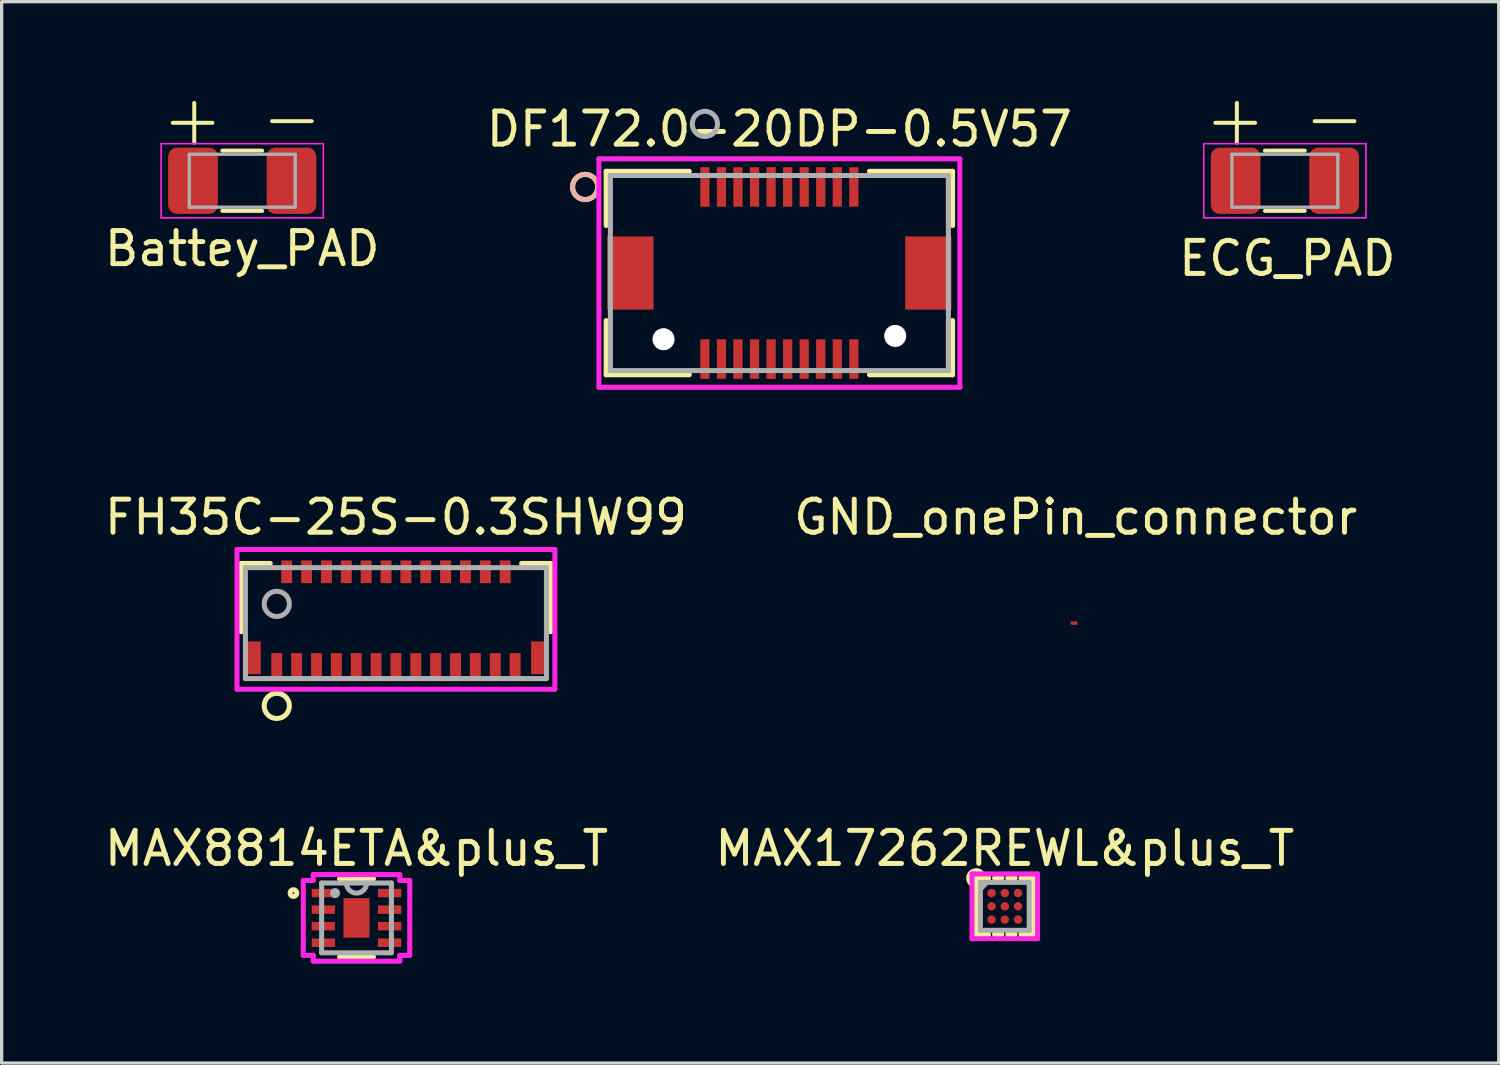
<source format=kicad_pcb>
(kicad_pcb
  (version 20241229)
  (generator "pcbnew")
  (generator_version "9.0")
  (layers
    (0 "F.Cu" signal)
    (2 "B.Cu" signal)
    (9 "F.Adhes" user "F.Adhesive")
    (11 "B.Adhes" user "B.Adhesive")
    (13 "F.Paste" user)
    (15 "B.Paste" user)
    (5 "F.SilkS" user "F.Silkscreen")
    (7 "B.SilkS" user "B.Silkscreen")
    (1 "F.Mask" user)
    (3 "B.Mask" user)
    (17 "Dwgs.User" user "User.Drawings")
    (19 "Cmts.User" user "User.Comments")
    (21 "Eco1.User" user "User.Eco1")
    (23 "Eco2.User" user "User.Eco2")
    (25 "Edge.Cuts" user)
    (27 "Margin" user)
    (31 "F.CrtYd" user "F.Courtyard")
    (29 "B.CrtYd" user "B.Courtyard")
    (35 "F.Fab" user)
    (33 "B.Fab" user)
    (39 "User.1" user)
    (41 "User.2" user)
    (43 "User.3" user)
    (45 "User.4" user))
  (footprint "MAX8814ETA&plus_T"
    (layer "F.Cu")
    (at 7.72 24.679)
    (property "Reference" "MAX8814ETA&plus_T" (at 0 -2.1 0) (layer "F.SilkS") (effects (font (size 1 1) (thickness 0.15))))
    (attr through_hole)
    (fp_line (start -0.512 1.181) (end 0.512 1.181) (stroke (width 0.152) (type solid)) (layer "F.SilkS"))
    (fp_line (start 0.512 -1.181) (end -0.512 -1.181) (stroke (width 0.152) (type solid)) (layer "F.SilkS"))
    (fp_circle (center -1.905 -0.75) (end -1.803 -0.75) (stroke (width 0.152) (type solid)) (fill no) (layer "F.SilkS"))
    (fp_line (start -1.608 -1.131) (end -1.308 -1.131) (stroke (width 0.152) (type solid)) (layer "F.CrtYd"))
    (fp_line (start -1.608 1.131) (end -1.608 -1.131) (stroke (width 0.152) (type solid)) (layer "F.CrtYd"))
    (fp_line (start -1.308 -1.308) (end 1.308 -1.308) (stroke (width 0.152) (type solid)) (layer "F.CrtYd"))
    (fp_line (start -1.308 -1.131) (end -1.308 -1.308) (stroke (width 0.152) (type solid)) (layer "F.CrtYd"))
    (fp_line (start -1.308 1.131) (end -1.608 1.131) (stroke (width 0.152) (type solid)) (layer "F.CrtYd"))
    (fp_line (start -1.308 1.308) (end -1.308 1.131) (stroke (width 0.152) (type solid)) (layer "F.CrtYd"))
    (fp_line (start 1.308 -1.308) (end 1.308 -1.131) (stroke (width 0.152) (type solid)) (layer "F.CrtYd"))
    (fp_line (start 1.308 -1.131) (end 1.608 -1.131) (stroke (width 0.152) (type solid)) (layer "F.CrtYd"))
    (fp_line (start 1.308 1.131) (end 1.308 1.308) (stroke (width 0.152) (type solid)) (layer "F.CrtYd"))
    (fp_line (start 1.308 1.308) (end -1.308 1.308) (stroke (width 0.152) (type solid)) (layer "F.CrtYd"))
    (fp_line (start 1.608 -1.131) (end 1.608 1.131) (stroke (width 0.152) (type solid)) (layer "F.CrtYd"))
    (fp_line (start 1.608 1.131) (end 1.308 1.131) (stroke (width 0.152) (type solid)) (layer "F.CrtYd"))
    (fp_line (start -1.054 -1.054) (end -1.054 1.054) (stroke (width 0.152) (type solid)) (layer "F.Fab"))
    (fp_line (start -1.054 1.054) (end 1.054 1.054) (stroke (width 0.152) (type solid)) (layer "F.Fab"))
    (fp_line (start 1.054 -1.054) (end -1.054 -1.054) (stroke (width 0.152) (type solid)) (layer "F.Fab"))
    (fp_line (start 1.054 1.054) (end 1.054 -1.054) (stroke (width 0.152) (type solid)) (layer "F.Fab"))
    (fp_arc (start 0.3048 -1.0541) (mid 0 -0.7493) (end -0.3048 -1.0541) (stroke (width 0.1524) (type solid)) (layer "F.Fab"))
    (fp_circle (center -0.648 -0.75) (end -0.572 -0.75) (stroke (width 0.152) (type solid)) (fill no) (layer "F.Fab"))
    (pad "1" smd rect (at -1.001 -0.75) (size 0.706 0.255) (layers "F.Cu" "F.Mask" "F.Paste"))
    (pad "2" smd rect (at -1.001 -0.25) (size 0.706 0.255) (layers "F.Cu" "F.Mask" "F.Paste"))
    (pad "3" smd rect (at -1.001 0.25) (size 0.706 0.255) (layers "F.Cu" "F.Mask" "F.Paste"))
    (pad "4" smd rect (at -1.001 0.75) (size 0.706 0.255) (layers "F.Cu" "F.Mask" "F.Paste"))
    (pad "5" smd rect (at 1.001 0.75) (size 0.706 0.255) (layers "F.Cu" "F.Mask" "F.Paste"))
    (pad "6" smd rect (at 1.001 0.25) (size 0.706 0.255) (layers "F.Cu" "F.Mask" "F.Paste"))
    (pad "7" smd rect (at 1.001 -0.25) (size 0.706 0.255) (layers "F.Cu" "F.Mask" "F.Paste"))
    (pad "8" smd rect (at 1.001 -0.75) (size 0.706 0.255) (layers "F.Cu" "F.Mask" "F.Paste"))
    (pad "9" smd rect (at 0 0) (size 0.787 1.194) (layers "F.Cu" "F.Mask" "F.Paste")))
  (footprint "GND_onePin_connector"
    (layer "F.Cu")
    (at 29.396 15.774)
    (property "Reference" "GND_onePin_connector" (at 0.05 -3.2 0) (layer "F.SilkS") (effects (font (size 1 1) (thickness 0.15))))
    (attr through_hole)
    (pad "1" smd rect (at -0.05 0) (size 0.1 0.1) (layers "F.Cu"))
    (pad "2" smd rect (at 0.05 0) (size 0.1 0.1) (layers "F.Cu")))
  (footprint "DF172.0-20DP-0.5V57"
    (layer "F.Cu")
    (at 20.494 5.198)
    (property "Reference" "DF172.0-20DP-0.5V57" (at 0 -4.35 0) (layer "F.SilkS") (effects (font (size 1 1) (thickness 0.15))))
    (attr through_hole)
    (fp_line (start -5.232 -3.073) (end -5.232 -1.436) (stroke (width 0.152) (type solid)) (layer "F.SilkS"))
    (fp_line (start -5.232 1.436) (end -5.232 3.073) (stroke (width 0.152) (type solid)) (layer "F.SilkS"))
    (fp_line (start -5.232 3.073) (end -2.722 3.073) (stroke (width 0.152) (type solid)) (layer "F.SilkS"))
    (fp_line (start -2.722 -3.073) (end -5.232 -3.073) (stroke (width 0.152) (type solid)) (layer "F.SilkS"))
    (fp_line (start 2.722 3.073) (end 5.232 3.073) (stroke (width 0.152) (type solid)) (layer "F.SilkS"))
    (fp_line (start 5.232 -3.073) (end 2.722 -3.073) (stroke (width 0.152) (type solid)) (layer "F.SilkS"))
    (fp_line (start 5.232 -1.436) (end 5.232 -3.073) (stroke (width 0.152) (type solid)) (layer "F.SilkS"))
    (fp_line (start 5.232 3.073) (end 5.232 1.436) (stroke (width 0.152) (type solid)) (layer "F.SilkS"))
    (fp_circle (center -5.867 -2.6) (end -5.486 -2.6) (stroke (width 0.152) (type solid)) (fill no) (layer "F.SilkS"))
    (fp_circle (center -5.867 -2.6) (end -5.486 -2.6) (stroke (width 0.152) (type solid)) (fill no) (layer "B.SilkS"))
    (fp_line (start -5.452 -3.451) (end -5.452 3.451) (stroke (width 0.152) (type solid)) (layer "F.CrtYd"))
    (fp_line (start -5.452 3.451) (end 5.452 3.451) (stroke (width 0.152) (type solid)) (layer "F.CrtYd"))
    (fp_line (start 5.452 -3.451) (end -5.452 -3.451) (stroke (width 0.152) (type solid)) (layer "F.CrtYd"))
    (fp_line (start 5.452 3.451) (end 5.452 -3.451) (stroke (width 0.152) (type solid)) (layer "F.CrtYd"))
    (fp_line (start -5.105 -2.946) (end -5.105 2.946) (stroke (width 0.152) (type solid)) (layer "F.Fab"))
    (fp_line (start -5.105 2.946) (end 5.105 2.946) (stroke (width 0.152) (type solid)) (layer "F.Fab"))
    (fp_line (start 5.105 -2.946) (end -5.105 -2.946) (stroke (width 0.152) (type solid)) (layer "F.Fab"))
    (fp_line (start 5.105 2.946) (end 5.105 -2.946) (stroke (width 0.152) (type solid)) (layer "F.Fab"))
    (fp_circle (center -2.25 -4.505) (end -1.869 -4.505) (stroke (width 0.152) (type solid)) (fill no) (layer "F.Fab"))
    (pad "1" smd rect (at -2.25 -2.6) (size 0.279 1.194) (layers "F.Cu" "F.Mask" "F.Paste"))
    (pad "2" smd rect (at -2.25 2.6) (size 0.279 1.194) (layers "F.Cu" "F.Mask" "F.Paste"))
    (pad "3" smd rect (at -1.75 -2.6) (size 0.279 1.194) (layers "F.Cu" "F.Mask" "F.Paste"))
    (pad "4" smd rect (at -1.75 2.6) (size 0.279 1.194) (layers "F.Cu" "F.Mask" "F.Paste"))
    (pad "5" smd rect (at -1.25 -2.6) (size 0.279 1.194) (layers "F.Cu" "F.Mask" "F.Paste"))
    (pad "6" smd rect (at -1.25 2.6) (size 0.279 1.194) (layers "F.Cu" "F.Mask" "F.Paste"))
    (pad "7" smd rect (at -0.75 -2.6) (size 0.279 1.194) (layers "F.Cu" "F.Mask" "F.Paste"))
    (pad "8" smd rect (at -0.75 2.6) (size 0.279 1.194) (layers "F.Cu" "F.Mask" "F.Paste"))
    (pad "9" smd rect (at -0.25 -2.6) (size 0.279 1.194) (layers "F.Cu" "F.Mask" "F.Paste"))
    (pad "10" smd rect (at -0.25 2.6) (size 0.279 1.194) (layers "F.Cu" "F.Mask" "F.Paste"))
    (pad "11" smd rect (at 0.25 -2.6) (size 0.279 1.194) (layers "F.Cu" "F.Mask" "F.Paste"))
    (pad "12" smd rect (at 0.25 2.6) (size 0.279 1.194) (layers "F.Cu" "F.Mask" "F.Paste"))
    (pad "13" smd rect (at 0.75 -2.6) (size 0.279 1.194) (layers "F.Cu" "F.Mask" "F.Paste"))
    (pad "14" smd rect (at 0.75 2.6) (size 0.279 1.194) (layers "F.Cu" "F.Mask" "F.Paste"))
    (pad "15" smd rect (at 1.25 -2.6) (size 0.279 1.194) (layers "F.Cu" "F.Mask" "F.Paste"))
    (pad "16" smd rect (at 1.25 2.6) (size 0.279 1.194) (layers "F.Cu" "F.Mask" "F.Paste"))
    (pad "17" smd rect (at 1.75 -2.6) (size 0.279 1.194) (layers "F.Cu" "F.Mask" "F.Paste"))
    (pad "18" smd rect (at 1.75 2.6) (size 0.279 1.194) (layers "F.Cu" "F.Mask" "F.Paste"))
    (pad "19" smd rect (at 2.25 -2.6) (size 0.279 1.194) (layers "F.Cu" "F.Mask" "F.Paste"))
    (pad "20" smd rect (at 2.25 2.6) (size 0.279 1.194) (layers "F.Cu" "F.Mask" "F.Paste"))
    (pad "21" smd rect (at -4.5 0) (size 1.397 2.21) (layers "F.Cu" "F.Mask" "F.Paste"))
    (pad "22" smd rect (at 4.5 0) (size 1.397 2.21) (layers "F.Cu" "F.Mask" "F.Paste"))
    (pad "23" thru_hole circle (at -3.5 2) (size 0.66 0.66) (drill 0.66) (layers "*.Cu" "*.Mask"))
    (pad "24" thru_hole circle (at 3.5 1.9) (size 0.66 0.66) (drill 0.66) (layers "*.Cu" "*.Mask")))
  (footprint "FH35C-25S-0.3SHW99"
    (layer "F.Cu")
    (at 8.911 15.774)
    (property "Reference" "FH35C-25S-0.3SHW99" (at 0 -3.2 0) (layer "F.SilkS") (effects (font (size 1 1) (thickness 0.15))))
    (attr through_hole)
    (fp_line (start -4.674 -1.803) (end -4.674 0.26) (stroke (width 0.152) (type solid)) (layer "F.SilkS"))
    (fp_line (start -3.798 -1.803) (end -4.674 -1.803) (stroke (width 0.152) (type solid)) (layer "F.SilkS"))
    (fp_line (start 4.674 -1.803) (end 3.798 -1.803) (stroke (width 0.152) (type solid)) (layer "F.SilkS"))
    (fp_line (start 4.674 0.26) (end 4.674 -1.803) (stroke (width 0.152) (type solid)) (layer "F.SilkS"))
    (fp_circle (center -3.6 2.5) (end -3.219 2.5) (stroke (width 0.152) (type solid)) (fill no) (layer "F.SilkS"))
    (fp_line (start -4.801 -2.225) (end -4.801 1.997) (stroke (width 0.152) (type solid)) (layer "F.CrtYd"))
    (fp_line (start -4.801 1.997) (end 4.801 1.997) (stroke (width 0.152) (type solid)) (layer "F.CrtYd"))
    (fp_line (start 4.801 -2.225) (end -4.801 -2.225) (stroke (width 0.152) (type solid)) (layer "F.CrtYd"))
    (fp_line (start 4.801 1.997) (end 4.801 -2.225) (stroke (width 0.152) (type solid)) (layer "F.CrtYd"))
    (fp_line (start -4.547 -1.676) (end -4.547 1.676) (stroke (width 0.152) (type solid)) (layer "F.Fab"))
    (fp_line (start -4.547 1.676) (end 4.547 1.676) (stroke (width 0.152) (type solid)) (layer "F.Fab"))
    (fp_line (start 4.547 -1.676) (end -4.547 -1.676) (stroke (width 0.152) (type solid)) (layer "F.Fab"))
    (fp_line (start 4.547 1.676) (end 4.547 -1.676) (stroke (width 0.152) (type solid)) (layer "F.Fab"))
    (fp_circle (center -3.6 -0.581) (end -3.219 -0.581) (stroke (width 0.152) (type solid)) (fill no) (layer "F.Fab"))
    (pad "1" smd rect (at -3.6 1.324) (size 0.33 0.838) (layers "F.Cu" "F.Mask" "F.Paste"))
    (pad "2" smd rect (at -3.3 -1.551) (size 0.33 0.686) (layers "F.Cu" "F.Mask" "F.Paste"))
    (pad "3" smd rect (at -3 1.324) (size 0.33 0.838) (layers "F.Cu" "F.Mask" "F.Paste"))
    (pad "4" smd rect (at -2.7 -1.551) (size 0.33 0.686) (layers "F.Cu" "F.Mask" "F.Paste"))
    (pad "5" smd rect (at -2.4 1.324) (size 0.33 0.838) (layers "F.Cu" "F.Mask" "F.Paste"))
    (pad "6" smd rect (at -2.1 -1.551) (size 0.33 0.686) (layers "F.Cu" "F.Mask" "F.Paste"))
    (pad "7" smd rect (at -1.8 1.324) (size 0.33 0.838) (layers "F.Cu" "F.Mask" "F.Paste"))
    (pad "8" smd rect (at -1.5 -1.551) (size 0.33 0.686) (layers "F.Cu" "F.Mask" "F.Paste"))
    (pad "9" smd rect (at -1.2 1.324) (size 0.33 0.838) (layers "F.Cu" "F.Mask" "F.Paste"))
    (pad "10" smd rect (at -0.9 -1.551) (size 0.33 0.686) (layers "F.Cu" "F.Mask" "F.Paste"))
    (pad "11" smd rect (at -0.6 1.324) (size 0.33 0.838) (layers "F.Cu" "F.Mask" "F.Paste"))
    (pad "12" smd rect (at -0.3 -1.551) (size 0.33 0.686) (layers "F.Cu" "F.Mask" "F.Paste"))
    (pad "13" smd rect (at 0 1.324) (size 0.33 0.838) (layers "F.Cu" "F.Mask" "F.Paste"))
    (pad "14" smd rect (at 0.3 -1.551) (size 0.33 0.686) (layers "F.Cu" "F.Mask" "F.Paste"))
    (pad "15" smd rect (at 0.6 1.324) (size 0.33 0.838) (layers "F.Cu" "F.Mask" "F.Paste"))
    (pad "16" smd rect (at 0.9 -1.551) (size 0.33 0.686) (layers "F.Cu" "F.Mask" "F.Paste"))
    (pad "17" smd rect (at 1.2 1.324) (size 0.33 0.838) (layers "F.Cu" "F.Mask" "F.Paste"))
    (pad "18" smd rect (at 1.5 -1.551) (size 0.33 0.686) (layers "F.Cu" "F.Mask" "F.Paste"))
    (pad "19" smd rect (at 1.8 1.324) (size 0.33 0.838) (layers "F.Cu" "F.Mask" "F.Paste"))
    (pad "20" smd rect (at 2.1 -1.551) (size 0.33 0.686) (layers "F.Cu" "F.Mask" "F.Paste"))
    (pad "21" smd rect (at 2.4 1.324) (size 0.33 0.838) (layers "F.Cu" "F.Mask" "F.Paste"))
    (pad "22" smd rect (at 2.7 -1.551) (size 0.33 0.686) (layers "F.Cu" "F.Mask" "F.Paste"))
    (pad "23" smd rect (at 3 1.324) (size 0.33 0.838) (layers "F.Cu" "F.Mask" "F.Paste"))
    (pad "24" smd rect (at 3.3 -1.551) (size 0.33 0.686) (layers "F.Cu" "F.Mask" "F.Paste"))
    (pad "25" smd rect (at 3.6 1.324) (size 0.33 0.838) (layers "F.Cu" "F.Mask" "F.Paste"))
    (pad "26" smd rect (at -4.3 1.049) (size 0.432 0.991) (layers "F.Cu" "F.Mask" "F.Paste"))
    (pad "27" smd rect (at 4.3 1.049) (size 0.432 0.991) (layers "F.Cu" "F.Mask" "F.Paste")))
  (footprint "ECG_PAD"
    (layer "F.Cu")
    (at 35.839 5.255)
    (property "Reference" "ECG_PAD" (at 0 -0.5 0) (unlocked yes) (layer "F.SilkS") (effects (font (size 1 1) (thickness 0.15))))
    (attr smd)
    (fp_line (start -2.175 -4.595) (end -0.975 -4.595) (stroke (width 0.12) (type solid)) (layer "F.SilkS"))
    (fp_line (start -1.525 -3.995) (end -1.525 -5.195) (stroke (width 0.12) (type solid)) (layer "F.SilkS"))
    (fp_line (start -0.677 -3.755) (end 0.527 -3.755) (stroke (width 0.12) (type solid)) (layer "F.SilkS"))
    (fp_line (start -0.677 -1.935) (end 0.527 -1.935) (stroke (width 0.12) (type solid)) (layer "F.SilkS"))
    (fp_line (start 0.825 -4.645) (end 2.025 -4.645) (stroke (width 0.12) (type solid)) (layer "F.SilkS"))
    (fp_line (start -2.525 -3.965) (end 2.375 -3.965) (stroke (width 0.05) (type solid)) (layer "F.CrtYd"))
    (fp_line (start -2.525 -1.725) (end -2.525 -3.965) (stroke (width 0.05) (type solid)) (layer "F.CrtYd"))
    (fp_line (start 2.375 -3.965) (end 2.375 -1.725) (stroke (width 0.05) (type solid)) (layer "F.CrtYd"))
    (fp_line (start 2.375 -1.725) (end -2.525 -1.725) (stroke (width 0.05) (type solid)) (layer "F.CrtYd"))
    (fp_line (start -1.675 -3.645) (end 1.525 -3.645) (stroke (width 0.1) (type solid)) (layer "F.Fab"))
    (fp_line (start -1.675 -2.045) (end -1.675 -3.645) (stroke (width 0.1) (type solid)) (layer "F.Fab"))
    (fp_line (start 1.525 -3.645) (end 1.525 -2.045) (stroke (width 0.1) (type solid)) (layer "F.Fab"))
    (fp_line (start 1.525 -2.045) (end -1.675 -2.045) (stroke (width 0.1) (type solid)) (layer "F.Fab"))
    (pad "1" smd roundrect (at -1.562 -2.845) (size 1.5 2) (layers "F.Cu" "F.Mask" "F.Paste") (roundrect_rratio 0.175))
    (pad "2" smd roundrect (at 1.413 -2.845) (size 1.5 2) (layers "F.Cu" "F.Mask" "F.Paste") (roundrect_rratio 0.175)))
  (footprint "MAX17262REWL&plus_T"
    (layer "F.Cu")
    (at 27.304 24.329)
    (property "Reference" "MAX17262REWL&plus_T" (at 0 -1.75 0) (layer "F.SilkS") (effects (font (size 1 1) (thickness 0.15))))
    (attr through_hole)
    (fp_line (start -0.864 -0.851) (end -0.864 0.851) (stroke (width 0.152) (type solid)) (layer "F.SilkS"))
    (fp_line (start -0.864 0.851) (end -0.49 0.851) (stroke (width 0.152) (type solid)) (layer "F.SilkS"))
    (fp_line (start -0.49 -0.851) (end -0.864 -0.851) (stroke (width 0.152) (type solid)) (layer "F.SilkS"))
    (fp_line (start -0.31 0.851) (end -0.09 0.851) (stroke (width 0.152) (type solid)) (layer "F.SilkS"))
    (fp_line (start -0.09 -0.851) (end -0.31 -0.851) (stroke (width 0.152) (type solid)) (layer "F.SilkS"))
    (fp_line (start 0.09 0.851) (end 0.31 0.851) (stroke (width 0.152) (type solid)) (layer "F.SilkS"))
    (fp_line (start 0.31 -0.851) (end 0.09 -0.851) (stroke (width 0.152) (type solid)) (layer "F.SilkS"))
    (fp_line (start 0.49 0.851) (end 0.864 0.851) (stroke (width 0.152) (type solid)) (layer "F.SilkS"))
    (fp_line (start 0.864 -0.851) (end 0.49 -0.851) (stroke (width 0.152) (type solid)) (layer "F.SilkS"))
    (fp_line (start 0.864 0.851) (end 0.864 -0.851) (stroke (width 0.152) (type solid)) (layer "F.SilkS"))
    (fp_circle (center -0.864 -0.851) (end -1.1 -0.8) (stroke (width 0.12) (type solid)) (fill no) (layer "F.SilkS"))
    (fp_line (start -0.991 -0.978) (end 0.991 -0.978) (stroke (width 0.152) (type solid)) (layer "F.CrtYd"))
    (fp_line (start -0.991 0.978) (end -0.991 -0.978) (stroke (width 0.152) (type solid)) (layer "F.CrtYd"))
    (fp_line (start 0.991 -0.978) (end 0.991 0.978) (stroke (width 0.152) (type solid)) (layer "F.CrtYd"))
    (fp_line (start 0.991 0.978) (end -0.991 0.978) (stroke (width 0.152) (type solid)) (layer "F.CrtYd"))
    (fp_line (start -0.737 -0.724) (end -0.737 0.724) (stroke (width 0.152) (type solid)) (layer "F.Fab"))
    (fp_line (start -0.737 0.724) (end 0.737 0.724) (stroke (width 0.152) (type solid)) (layer "F.Fab"))
    (fp_line (start -0.537 -0.724) (end -0.737 -0.524) (stroke (width 0.152) (type solid)) (layer "F.Fab"))
    (fp_line (start 0.737 -0.724) (end -0.737 -0.724) (stroke (width 0.152) (type solid)) (layer "F.Fab"))
    (fp_line (start 0.737 0.724) (end 0.737 -0.724) (stroke (width 0.152) (type solid)) (layer "F.Fab"))
    (pad "A1" smd circle (at -0.4 -0.4) (size 0.254 0.254) (layers "F.Cu" "F.Mask" "F.Paste"))
    (pad "A2" smd circle (at 0 -0.4) (size 0.254 0.254) (layers "F.Cu" "F.Mask" "F.Paste"))
    (pad "A3" smd circle (at 0.4 -0.4) (size 0.254 0.254) (layers "F.Cu" "F.Mask" "F.Paste"))
    (pad "B1" smd circle (at -0.4 0) (size 0.254 0.254) (layers "F.Cu" "F.Mask" "F.Paste"))
    (pad "B2" smd circle (at 0 0) (size 0.254 0.254) (layers "F.Cu" "F.Mask" "F.Paste"))
    (pad "B3" smd circle (at 0.4 0) (size 0.254 0.254) (layers "F.Cu" "F.Mask" "F.Paste"))
    (pad "C1" smd circle (at -0.4 0.4) (size 0.254 0.254) (layers "F.Cu" "F.Mask" "F.Paste"))
    (pad "C2" smd circle (at 0 0.4) (size 0.254 0.254) (layers "F.Cu" "F.Mask" "F.Paste"))
    (pad "C3" smd circle (at 0.4 0.4) (size 0.254 0.254) (layers "F.Cu" "F.Mask" "F.Paste")))
  (footprint "Battey_PAD"
    (layer "F.Cu")
    (at 4.268 2.41)
    (property "Reference" "Battey_PAD" (at 0 2.05 0) (layer "F.SilkS") (effects (font (size 1 1) (thickness 0.15))))
    (attr smd)
    (fp_line (start -2.1 -1.75) (end -0.9 -1.75) (stroke (width 0.12) (type solid)) (layer "F.SilkS"))
    (fp_line (start -1.45 -1.15) (end -1.45 -2.35) (stroke (width 0.12) (type solid)) (layer "F.SilkS"))
    (fp_line (start -0.602 -0.91) (end 0.602 -0.91) (stroke (width 0.12) (type solid)) (layer "F.SilkS"))
    (fp_line (start -0.602 0.91) (end 0.602 0.91) (stroke (width 0.12) (type solid)) (layer "F.SilkS"))
    (fp_line (start 0.9 -1.8) (end 2.1 -1.8) (stroke (width 0.12) (type solid)) (layer "F.SilkS"))
    (fp_line (start -2.45 -1.12) (end 2.45 -1.12) (stroke (width 0.05) (type solid)) (layer "F.CrtYd"))
    (fp_line (start -2.45 1.12) (end -2.45 -1.12) (stroke (width 0.05) (type solid)) (layer "F.CrtYd"))
    (fp_line (start 2.45 -1.12) (end 2.45 1.12) (stroke (width 0.05) (type solid)) (layer "F.CrtYd"))
    (fp_line (start 2.45 1.12) (end -2.45 1.12) (stroke (width 0.05) (type solid)) (layer "F.CrtYd"))
    (fp_line (start -1.6 -0.8) (end 1.6 -0.8) (stroke (width 0.1) (type solid)) (layer "F.Fab"))
    (fp_line (start -1.6 0.8) (end -1.6 -0.8) (stroke (width 0.1) (type solid)) (layer "F.Fab"))
    (fp_line (start 1.6 -0.8) (end 1.6 0.8) (stroke (width 0.1) (type solid)) (layer "F.Fab"))
    (fp_line (start 1.6 0.8) (end -1.6 0.8) (stroke (width 0.1) (type solid)) (layer "F.Fab"))
    (pad "1" smd roundrect (at -1.488 0) (size 1.5 2) (layers "F.Cu" "F.Mask" "F.Paste") (roundrect_rratio 0.175))
    (pad "2" smd roundrect (at 1.488 0) (size 1.5 2) (layers "F.Cu" "F.Mask" "F.Paste") (roundrect_rratio 0.175)))
  (gr_rect
    (start -3 -3)
    (end 42.226 29.063)
    (stroke (width 0.1) (type default))
    (fill no)
    (layer "Edge.Cuts")))
</source>
